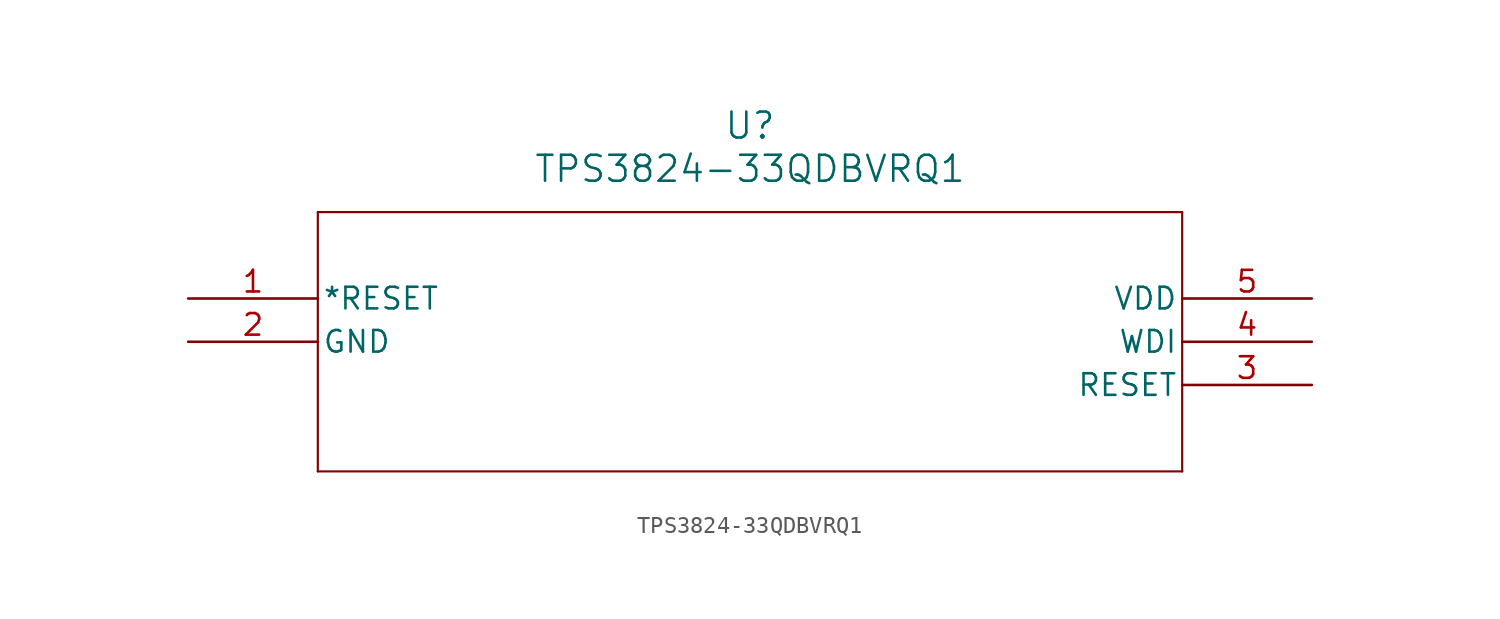
<source format=kicad_sym>
(kicad_symbol_lib
  (version 20211014)
  (generator kicad_symbol_editor)
  (symbol "TPS3824-33QDBVRQ1"
    (pin_names
      (offset 0.254))
    (property "Reference" "U"
      (at 33.02 10.16 0)
      (effects (font (size 1.524 1.524))))
    (property "Value" "TPS3824-33QDBVRQ1"
      (at 33.02 7.62 0)
      (effects (font (size 1.524 1.524))))
    (symbol "TPS3824-33QDBVRQ1_0_1"
      (polyline (pts (xy 7.62 5.08) (xy 7.62 -10.16)) (stroke (width 0.127) (type default) (color 0 0 0 0)) (fill (type none)))
      (polyline (pts (xy 7.62 -10.16) (xy 58.42 -10.16)) (stroke (width 0.127) (type default) (color 0 0 0 0)) (fill (type none)))
      (polyline (pts (xy 58.42 -10.16) (xy 58.42 5.08)) (stroke (width 0.127) (type default) (color 0 0 0 0)) (fill (type none)))
      (polyline (pts (xy 58.42 5.08) (xy 7.62 5.08)) (stroke (width 0.127) (type default) (color 0 0 0 0)) (fill (type none)))
      (pin unspecified line (at 0 0 0) (length 7.62) (name "*RESET" (effects (font (size 1.27 1.27)))) (number "1" (effects (font (size 1.27 1.27)))))
      (pin power_in line (at 0 -2.54 0) (length 7.62) (name "GND" (effects (font (size 1.27 1.27)))) (number "2" (effects (font (size 1.27 1.27)))))
      (pin unspecified line (at 66.04 -5.08 180) (length 7.62) (name "RESET" (effects (font (size 1.27 1.27)))) (number "3" (effects (font (size 1.27 1.27)))))
      (pin unspecified line (at 66.04 -2.54 180) (length 7.62) (name "WDI" (effects (font (size 1.27 1.27)))) (number "4" (effects (font (size 1.27 1.27)))))
      (pin power_in line (at 66.04 0 180) (length 7.62) (name "VDD" (effects (font (size 1.27 1.27)))) (number "5" (effects (font (size 1.27 1.27))))))))
</source>
